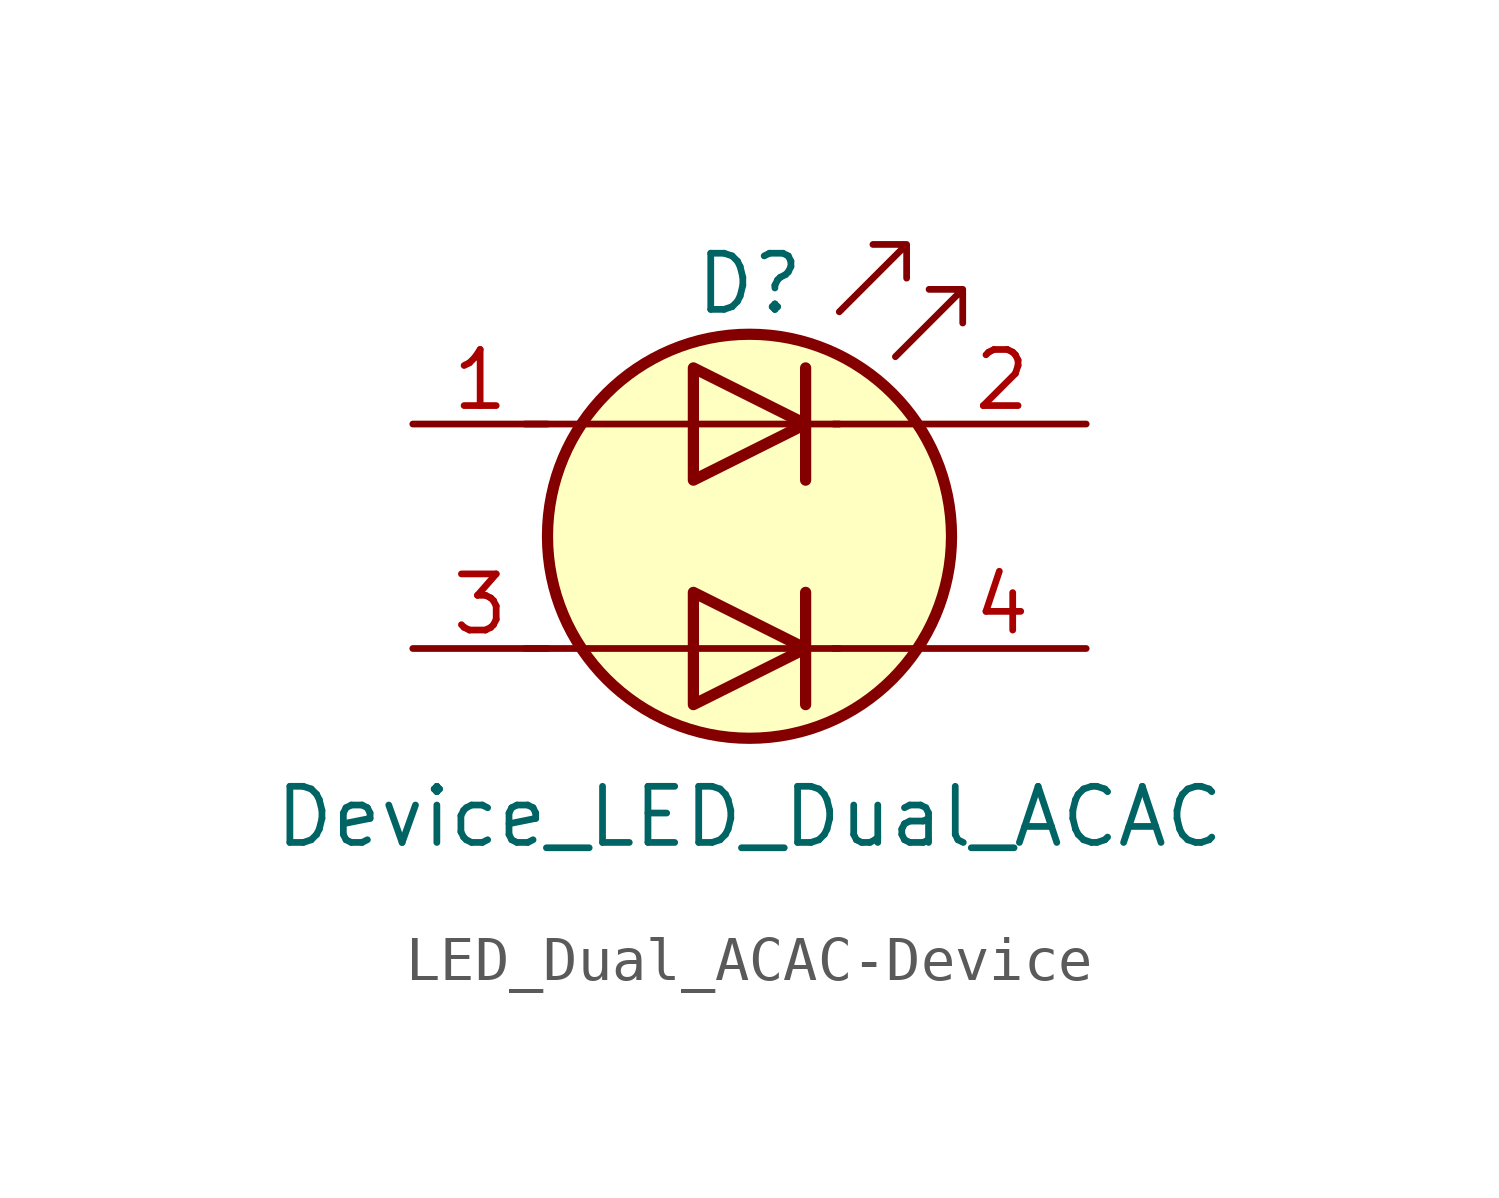
<source format=kicad_sym>
(kicad_symbol_lib
  (version 20220914)
  (generator kicad_symbol_editor)
  (symbol "LED_Dual_ACAC-Device"
    (pin_names
      (offset 0) hide)
    (property "Reference" "D"
      (at 0 5.715 0)
      (effects (font (size 1.27 1.27))))
    (property "Value" "Device_LED_Dual_ACAC"
      (at 0 -6.35 0)
      (effects (font (size 1.27 1.27))))
    (symbol "LED_Dual_ACAC-Device_0_1"
      (polyline (pts (xy -5.08 -2.54) (xy 2.032 -2.54)) (stroke (width 0) (type solid)) (fill (type none)))
      (polyline (pts (xy -5.08 2.54) (xy 2.032 2.54)) (stroke (width 0) (type solid)) (fill (type none)))
      (polyline (pts (xy 1.27 -1.27) (xy 1.27 -3.81)) (stroke (width 0.254) (type solid)) (fill (type none)))
      (polyline (pts (xy 1.27 3.81) (xy 1.27 1.27)) (stroke (width 0.254) (type solid)) (fill (type none)))
      (polyline (pts (xy 3.81 -2.54) (xy 1.905 -2.54)) (stroke (width 0) (type solid)) (fill (type none)))
      (polyline (pts (xy 3.81 2.54) (xy 1.905 2.54)) (stroke (width 0) (type solid)) (fill (type none)))
      (polyline (pts (xy -1.27 -1.27) (xy -1.27 -3.81) (xy 1.27 -2.54) (xy -1.27 -1.27)) (stroke (width 0.254) (type solid)) (fill (type none)))
      (polyline (pts (xy -1.27 3.81) (xy -1.27 1.27) (xy 1.27 2.54) (xy -1.27 3.81)) (stroke (width 0.254) (type solid)) (fill (type none)))
      (polyline (pts (xy 2.032 5.08) (xy 3.556 6.604) (xy 2.794 6.604) (xy 3.556 6.604) (xy 3.556 5.842)) (stroke (width 0) (type solid)) (fill (type none)))
      (polyline (pts (xy 3.302 4.064) (xy 4.826 5.588) (xy 4.064 5.588) (xy 4.826 5.588) (xy 4.826 4.826)) (stroke (width 0) (type solid)) (fill (type none)))
      (circle (center 0 0) (radius 4.572) (stroke (width 0.254) (type solid)) (fill (type background))))
    (symbol "LED_Dual_ACAC-Device_1_1"
      (pin input line (at -7.62 2.54 0) (length 3.048) (name "A1" (effects (font (size 1.27 1.27)))) (number "1" (effects (font (size 1.27 1.27)))))
      (pin input line (at 7.62 2.54 180) (length 3.81) (name "K1" (effects (font (size 1.27 1.27)))) (number "2" (effects (font (size 1.27 1.27)))))
      (pin input line (at -7.62 -2.54 0) (length 3.048) (name "A2" (effects (font (size 1.27 1.27)))) (number "3" (effects (font (size 1.27 1.27)))))
      (pin input line (at 7.62 -2.54 180) (length 3.81) (name "K2" (effects (font (size 1.27 1.27)))) (number "4" (effects (font (size 1.27 1.27))))))))
</source>
